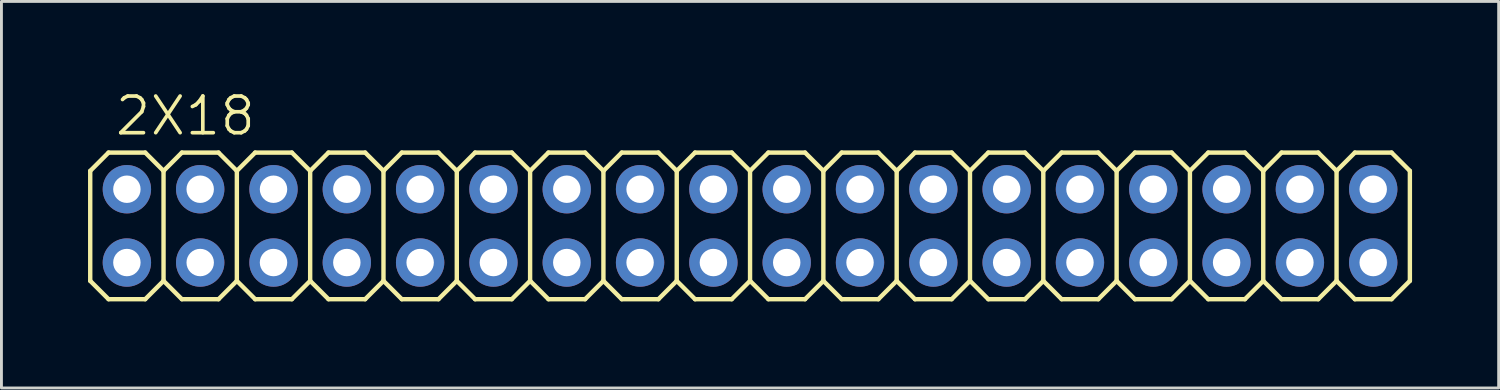
<source format=kicad_pcb>
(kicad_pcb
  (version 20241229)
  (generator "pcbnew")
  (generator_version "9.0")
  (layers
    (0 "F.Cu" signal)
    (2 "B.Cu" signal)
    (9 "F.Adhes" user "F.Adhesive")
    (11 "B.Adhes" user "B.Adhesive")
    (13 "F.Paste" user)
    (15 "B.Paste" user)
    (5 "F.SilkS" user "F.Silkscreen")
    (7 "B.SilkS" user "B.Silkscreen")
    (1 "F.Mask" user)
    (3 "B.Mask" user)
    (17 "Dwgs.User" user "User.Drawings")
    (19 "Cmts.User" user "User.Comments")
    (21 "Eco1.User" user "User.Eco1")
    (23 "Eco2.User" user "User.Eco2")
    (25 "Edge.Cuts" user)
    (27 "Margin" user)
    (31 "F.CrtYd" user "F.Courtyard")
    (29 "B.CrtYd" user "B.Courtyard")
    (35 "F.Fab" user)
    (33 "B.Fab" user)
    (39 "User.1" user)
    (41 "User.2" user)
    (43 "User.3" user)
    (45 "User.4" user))
  (footprint "2X18"
    (layer "F.Cu")
    (at 22.936 4.776)
    (property "Reference" "2X18" (at -19.564 -3.81 0) (layer "F.SilkS") (effects (font (size 1.27 1.27) (thickness 0.127))))
    (attr through_hole)
    (fp_line (start -22.86 -1.905) (end -22.225 -2.54) (stroke (width 0.152) (type solid)) (layer "F.SilkS"))
    (fp_line (start -22.86 1.905) (end -22.86 -1.905) (stroke (width 0.152) (type solid)) (layer "F.SilkS"))
    (fp_line (start -22.86 1.905) (end -22.225 2.54) (stroke (width 0.152) (type solid)) (layer "F.SilkS"))
    (fp_line (start -22.225 -2.54) (end -20.955 -2.54) (stroke (width 0.152) (type solid)) (layer "F.SilkS"))
    (fp_line (start -22.225 2.54) (end -20.955 2.54) (stroke (width 0.152) (type solid)) (layer "F.SilkS"))
    (fp_line (start -20.955 -2.54) (end -20.32 -1.905) (stroke (width 0.152) (type solid)) (layer "F.SilkS"))
    (fp_line (start -20.955 2.54) (end -20.32 1.905) (stroke (width 0.152) (type solid)) (layer "F.SilkS"))
    (fp_line (start -20.32 -1.905) (end -20.32 1.905) (stroke (width 0.152) (type solid)) (layer "F.SilkS"))
    (fp_line (start -20.32 -1.905) (end -19.685 -2.54) (stroke (width 0.152) (type solid)) (layer "F.SilkS"))
    (fp_line (start -20.32 1.905) (end -19.685 2.54) (stroke (width 0.152) (type solid)) (layer "F.SilkS"))
    (fp_line (start -19.685 -2.54) (end -18.415 -2.54) (stroke (width 0.152) (type solid)) (layer "F.SilkS"))
    (fp_line (start -19.685 2.54) (end -18.415 2.54) (stroke (width 0.152) (type solid)) (layer "F.SilkS"))
    (fp_line (start -18.415 -2.54) (end -17.78 -1.905) (stroke (width 0.152) (type solid)) (layer "F.SilkS"))
    (fp_line (start -18.415 2.54) (end -17.78 1.905) (stroke (width 0.152) (type solid)) (layer "F.SilkS"))
    (fp_line (start -17.78 -1.905) (end -17.78 1.905) (stroke (width 0.152) (type solid)) (layer "F.SilkS"))
    (fp_line (start -17.78 -1.905) (end -17.145 -2.54) (stroke (width 0.152) (type solid)) (layer "F.SilkS"))
    (fp_line (start -17.78 1.905) (end -17.145 2.54) (stroke (width 0.152) (type solid)) (layer "F.SilkS"))
    (fp_line (start -17.145 -2.54) (end -15.875 -2.54) (stroke (width 0.152) (type solid)) (layer "F.SilkS"))
    (fp_line (start -17.145 2.54) (end -15.875 2.54) (stroke (width 0.152) (type solid)) (layer "F.SilkS"))
    (fp_line (start -15.875 -2.54) (end -15.24 -1.905) (stroke (width 0.152) (type solid)) (layer "F.SilkS"))
    (fp_line (start -15.875 2.54) (end -15.24 1.905) (stroke (width 0.152) (type solid)) (layer "F.SilkS"))
    (fp_line (start -15.24 -1.905) (end -15.24 1.905) (stroke (width 0.152) (type solid)) (layer "F.SilkS"))
    (fp_line (start -15.24 -1.905) (end -14.605 -2.54) (stroke (width 0.152) (type solid)) (layer "F.SilkS"))
    (fp_line (start -15.24 1.905) (end -14.605 2.54) (stroke (width 0.152) (type solid)) (layer "F.SilkS"))
    (fp_line (start -14.605 -2.54) (end -13.335 -2.54) (stroke (width 0.152) (type solid)) (layer "F.SilkS"))
    (fp_line (start -14.605 2.54) (end -13.335 2.54) (stroke (width 0.152) (type solid)) (layer "F.SilkS"))
    (fp_line (start -13.335 -2.54) (end -12.7 -1.905) (stroke (width 0.152) (type solid)) (layer "F.SilkS"))
    (fp_line (start -13.335 2.54) (end -12.7 1.905) (stroke (width 0.152) (type solid)) (layer "F.SilkS"))
    (fp_line (start -12.7 -1.905) (end -12.7 1.905) (stroke (width 0.152) (type solid)) (layer "F.SilkS"))
    (fp_line (start -12.7 -1.905) (end -12.065 -2.54) (stroke (width 0.152) (type solid)) (layer "F.SilkS"))
    (fp_line (start -12.7 1.905) (end -12.065 2.54) (stroke (width 0.152) (type solid)) (layer "F.SilkS"))
    (fp_line (start -12.065 -2.54) (end -10.795 -2.54) (stroke (width 0.152) (type solid)) (layer "F.SilkS"))
    (fp_line (start -12.065 2.54) (end -10.795 2.54) (stroke (width 0.152) (type solid)) (layer "F.SilkS"))
    (fp_line (start -10.795 -2.54) (end -10.16 -1.905) (stroke (width 0.152) (type solid)) (layer "F.SilkS"))
    (fp_line (start -10.795 2.54) (end -10.16 1.905) (stroke (width 0.152) (type solid)) (layer "F.SilkS"))
    (fp_line (start -10.16 -1.905) (end -10.16 1.905) (stroke (width 0.152) (type solid)) (layer "F.SilkS"))
    (fp_line (start -10.16 -1.905) (end -9.525 -2.54) (stroke (width 0.152) (type solid)) (layer "F.SilkS"))
    (fp_line (start -10.16 1.905) (end -9.525 2.54) (stroke (width 0.152) (type solid)) (layer "F.SilkS"))
    (fp_line (start -9.525 -2.54) (end -8.255 -2.54) (stroke (width 0.152) (type solid)) (layer "F.SilkS"))
    (fp_line (start -9.525 2.54) (end -8.255 2.54) (stroke (width 0.152) (type solid)) (layer "F.SilkS"))
    (fp_line (start -8.255 -2.54) (end -7.62 -1.905) (stroke (width 0.152) (type solid)) (layer "F.SilkS"))
    (fp_line (start -8.255 2.54) (end -7.62 1.905) (stroke (width 0.152) (type solid)) (layer "F.SilkS"))
    (fp_line (start -7.62 -1.905) (end -7.62 1.905) (stroke (width 0.152) (type solid)) (layer "F.SilkS"))
    (fp_line (start -7.62 -1.905) (end -6.985 -2.54) (stroke (width 0.152) (type solid)) (layer "F.SilkS"))
    (fp_line (start -7.62 1.905) (end -6.985 2.54) (stroke (width 0.152) (type solid)) (layer "F.SilkS"))
    (fp_line (start -6.985 -2.54) (end -5.715 -2.54) (stroke (width 0.152) (type solid)) (layer "F.SilkS"))
    (fp_line (start -5.715 -2.54) (end -5.08 -1.905) (stroke (width 0.152) (type solid)) (layer "F.SilkS"))
    (fp_line (start -5.715 2.54) (end -6.985 2.54) (stroke (width 0.152) (type solid)) (layer "F.SilkS"))
    (fp_line (start -5.08 -1.905) (end -5.08 1.905) (stroke (width 0.152) (type solid)) (layer "F.SilkS"))
    (fp_line (start -5.08 -1.905) (end -4.445 -2.54) (stroke (width 0.152) (type solid)) (layer "F.SilkS"))
    (fp_line (start -5.08 1.905) (end -5.715 2.54) (stroke (width 0.152) (type solid)) (layer "F.SilkS"))
    (fp_line (start -5.08 1.905) (end -4.445 2.54) (stroke (width 0.152) (type solid)) (layer "F.SilkS"))
    (fp_line (start -4.445 -2.54) (end -3.175 -2.54) (stroke (width 0.152) (type solid)) (layer "F.SilkS"))
    (fp_line (start -3.175 -2.54) (end -2.54 -1.905) (stroke (width 0.152) (type solid)) (layer "F.SilkS"))
    (fp_line (start -3.175 2.54) (end -4.445 2.54) (stroke (width 0.152) (type solid)) (layer "F.SilkS"))
    (fp_line (start -2.54 -1.905) (end -2.54 1.905) (stroke (width 0.152) (type solid)) (layer "F.SilkS"))
    (fp_line (start -2.54 -1.905) (end -1.905 -2.54) (stroke (width 0.152) (type solid)) (layer "F.SilkS"))
    (fp_line (start -2.54 1.905) (end -3.175 2.54) (stroke (width 0.152) (type solid)) (layer "F.SilkS"))
    (fp_line (start -2.54 1.905) (end -1.905 2.54) (stroke (width 0.152) (type solid)) (layer "F.SilkS"))
    (fp_line (start -1.905 -2.54) (end -0.635 -2.54) (stroke (width 0.152) (type solid)) (layer "F.SilkS"))
    (fp_line (start -0.635 -2.54) (end 0 -1.905) (stroke (width 0.152) (type solid)) (layer "F.SilkS"))
    (fp_line (start -0.635 2.54) (end -1.905 2.54) (stroke (width 0.152) (type solid)) (layer "F.SilkS"))
    (fp_line (start 0 -1.905) (end 0 1.905) (stroke (width 0.152) (type solid)) (layer "F.SilkS"))
    (fp_line (start 0 -1.905) (end 0.635 -2.54) (stroke (width 0.152) (type solid)) (layer "F.SilkS"))
    (fp_line (start 0 1.905) (end -0.635 2.54) (stroke (width 0.152) (type solid)) (layer "F.SilkS"))
    (fp_line (start 0 1.905) (end 0.635 2.54) (stroke (width 0.152) (type solid)) (layer "F.SilkS"))
    (fp_line (start 0.635 -2.54) (end 1.905 -2.54) (stroke (width 0.152) (type solid)) (layer "F.SilkS"))
    (fp_line (start 1.905 -2.54) (end 2.54 -1.905) (stroke (width 0.152) (type solid)) (layer "F.SilkS"))
    (fp_line (start 1.905 2.54) (end 0.635 2.54) (stroke (width 0.152) (type solid)) (layer "F.SilkS"))
    (fp_line (start 2.54 -1.905) (end 2.54 1.905) (stroke (width 0.152) (type solid)) (layer "F.SilkS"))
    (fp_line (start 2.54 -1.905) (end 3.175 -2.54) (stroke (width 0.152) (type solid)) (layer "F.SilkS"))
    (fp_line (start 2.54 1.905) (end 1.905 2.54) (stroke (width 0.152) (type solid)) (layer "F.SilkS"))
    (fp_line (start 2.54 1.905) (end 3.175 2.54) (stroke (width 0.152) (type solid)) (layer "F.SilkS"))
    (fp_line (start 3.175 -2.54) (end 4.445 -2.54) (stroke (width 0.152) (type solid)) (layer "F.SilkS"))
    (fp_line (start 4.445 -2.54) (end 5.08 -1.905) (stroke (width 0.152) (type solid)) (layer "F.SilkS"))
    (fp_line (start 4.445 2.54) (end 3.175 2.54) (stroke (width 0.152) (type solid)) (layer "F.SilkS"))
    (fp_line (start 5.08 -1.905) (end 5.08 1.905) (stroke (width 0.152) (type solid)) (layer "F.SilkS"))
    (fp_line (start 5.08 -1.905) (end 5.715 -2.54) (stroke (width 0.152) (type solid)) (layer "F.SilkS"))
    (fp_line (start 5.08 1.905) (end 4.445 2.54) (stroke (width 0.152) (type solid)) (layer "F.SilkS"))
    (fp_line (start 5.08 1.905) (end 5.715 2.54) (stroke (width 0.152) (type solid)) (layer "F.SilkS"))
    (fp_line (start 5.715 -2.54) (end 6.985 -2.54) (stroke (width 0.152) (type solid)) (layer "F.SilkS"))
    (fp_line (start 6.985 2.54) (end 5.715 2.54) (stroke (width 0.152) (type solid)) (layer "F.SilkS"))
    (fp_line (start 7.62 -1.905) (end 6.985 -2.54) (stroke (width 0.152) (type solid)) (layer "F.SilkS"))
    (fp_line (start 7.62 -1.905) (end 7.62 1.905) (stroke (width 0.152) (type solid)) (layer "F.SilkS"))
    (fp_line (start 7.62 -1.905) (end 8.255 -2.54) (stroke (width 0.152) (type solid)) (layer "F.SilkS"))
    (fp_line (start 7.62 1.905) (end 6.985 2.54) (stroke (width 0.152) (type solid)) (layer "F.SilkS"))
    (fp_line (start 7.62 1.905) (end 8.255 2.54) (stroke (width 0.152) (type solid)) (layer "F.SilkS"))
    (fp_line (start 9.525 -2.54) (end 8.255 -2.54) (stroke (width 0.152) (type solid)) (layer "F.SilkS"))
    (fp_line (start 9.525 -2.54) (end 10.16 -1.905) (stroke (width 0.152) (type solid)) (layer "F.SilkS"))
    (fp_line (start 9.525 2.54) (end 8.255 2.54) (stroke (width 0.152) (type solid)) (layer "F.SilkS"))
    (fp_line (start 10.16 -1.905) (end 10.16 1.905) (stroke (width 0.152) (type solid)) (layer "F.SilkS"))
    (fp_line (start 10.16 -1.905) (end 10.795 -2.54) (stroke (width 0.152) (type solid)) (layer "F.SilkS"))
    (fp_line (start 10.16 1.905) (end 9.525 2.54) (stroke (width 0.152) (type solid)) (layer "F.SilkS"))
    (fp_line (start 10.16 1.905) (end 10.795 2.54) (stroke (width 0.152) (type solid)) (layer "F.SilkS"))
    (fp_line (start 12.065 -2.54) (end 10.795 -2.54) (stroke (width 0.152) (type solid)) (layer "F.SilkS"))
    (fp_line (start 12.065 -2.54) (end 12.7 -1.905) (stroke (width 0.152) (type solid)) (layer "F.SilkS"))
    (fp_line (start 12.065 2.54) (end 10.795 2.54) (stroke (width 0.152) (type solid)) (layer "F.SilkS"))
    (fp_line (start 12.7 -1.905) (end 12.7 1.905) (stroke (width 0.152) (type solid)) (layer "F.SilkS"))
    (fp_line (start 12.7 -1.905) (end 13.335 -2.54) (stroke (width 0.152) (type solid)) (layer "F.SilkS"))
    (fp_line (start 12.7 1.905) (end 12.065 2.54) (stroke (width 0.152) (type solid)) (layer "F.SilkS"))
    (fp_line (start 13.335 2.54) (end 12.7 1.905) (stroke (width 0.152) (type solid)) (layer "F.SilkS"))
    (fp_line (start 13.335 2.54) (end 14.605 2.54) (stroke (width 0.152) (type solid)) (layer "F.SilkS"))
    (fp_line (start 14.605 -2.54) (end 13.335 -2.54) (stroke (width 0.152) (type solid)) (layer "F.SilkS"))
    (fp_line (start 14.605 -2.54) (end 15.24 -1.905) (stroke (width 0.152) (type solid)) (layer "F.SilkS"))
    (fp_line (start 15.24 -1.905) (end 15.24 1.905) (stroke (width 0.152) (type solid)) (layer "F.SilkS"))
    (fp_line (start 15.24 -1.905) (end 15.875 -2.54) (stroke (width 0.152) (type solid)) (layer "F.SilkS"))
    (fp_line (start 15.24 1.905) (end 14.605 2.54) (stroke (width 0.152) (type solid)) (layer "F.SilkS"))
    (fp_line (start 15.875 2.54) (end 15.24 1.905) (stroke (width 0.152) (type solid)) (layer "F.SilkS"))
    (fp_line (start 15.875 2.54) (end 17.145 2.54) (stroke (width 0.152) (type solid)) (layer "F.SilkS"))
    (fp_line (start 17.145 -2.54) (end 15.875 -2.54) (stroke (width 0.152) (type solid)) (layer "F.SilkS"))
    (fp_line (start 17.145 -2.54) (end 17.78 -1.905) (stroke (width 0.152) (type solid)) (layer "F.SilkS"))
    (fp_line (start 17.78 -1.905) (end 17.78 1.905) (stroke (width 0.152) (type solid)) (layer "F.SilkS"))
    (fp_line (start 17.78 -1.905) (end 18.415 -2.54) (stroke (width 0.152) (type solid)) (layer "F.SilkS"))
    (fp_line (start 17.78 1.905) (end 17.145 2.54) (stroke (width 0.152) (type solid)) (layer "F.SilkS"))
    (fp_line (start 17.78 1.905) (end 18.415 2.54) (stroke (width 0.152) (type solid)) (layer "F.SilkS"))
    (fp_line (start 19.685 -2.54) (end 18.415 -2.54) (stroke (width 0.152) (type solid)) (layer "F.SilkS"))
    (fp_line (start 19.685 -2.54) (end 20.32 -1.905) (stroke (width 0.152) (type solid)) (layer "F.SilkS"))
    (fp_line (start 19.685 2.54) (end 18.415 2.54) (stroke (width 0.152) (type solid)) (layer "F.SilkS"))
    (fp_line (start 20.32 -1.905) (end 20.32 1.905) (stroke (width 0.152) (type solid)) (layer "F.SilkS"))
    (fp_line (start 20.32 -1.905) (end 20.955 -2.54) (stroke (width 0.152) (type solid)) (layer "F.SilkS"))
    (fp_line (start 20.32 1.905) (end 19.685 2.54) (stroke (width 0.152) (type solid)) (layer "F.SilkS"))
    (fp_line (start 20.32 1.905) (end 20.955 2.54) (stroke (width 0.152) (type solid)) (layer "F.SilkS"))
    (fp_line (start 22.225 -2.54) (end 20.955 -2.54) (stroke (width 0.152) (type solid)) (layer "F.SilkS"))
    (fp_line (start 22.225 -2.54) (end 22.86 -1.905) (stroke (width 0.152) (type solid)) (layer "F.SilkS"))
    (fp_line (start 22.225 2.54) (end 20.955 2.54) (stroke (width 0.152) (type solid)) (layer "F.SilkS"))
    (fp_line (start 22.86 -1.905) (end 22.86 1.905) (stroke (width 0.152) (type solid)) (layer "F.SilkS"))
    (fp_line (start 22.86 1.905) (end 22.225 2.54) (stroke (width 0.152) (type solid)) (layer "F.SilkS"))
    (fp_poly (pts (xy -21.844 -1.524) (xy -21.336 -1.524) (xy -21.336 -1.016) (xy -21.844 -1.016)) (stroke (width 0.1) (type solid)) (fill no) (layer "F.Fab"))
    (fp_poly (pts (xy -21.844 1.016) (xy -21.336 1.016) (xy -21.336 1.524) (xy -21.844 1.524)) (stroke (width 0.1) (type solid)) (fill no) (layer "F.Fab"))
    (fp_poly (pts (xy -19.304 -1.524) (xy -18.796 -1.524) (xy -18.796 -1.016) (xy -19.304 -1.016)) (stroke (width 0.1) (type solid)) (fill no) (layer "F.Fab"))
    (fp_poly (pts (xy -19.304 1.016) (xy -18.796 1.016) (xy -18.796 1.524) (xy -19.304 1.524)) (stroke (width 0.1) (type solid)) (fill no) (layer "F.Fab"))
    (fp_poly (pts (xy -16.764 -1.524) (xy -16.256 -1.524) (xy -16.256 -1.016) (xy -16.764 -1.016)) (stroke (width 0.1) (type solid)) (fill no) (layer "F.Fab"))
    (fp_poly (pts (xy -16.764 1.016) (xy -16.256 1.016) (xy -16.256 1.524) (xy -16.764 1.524)) (stroke (width 0.1) (type solid)) (fill no) (layer "F.Fab"))
    (fp_poly (pts (xy -14.224 -1.524) (xy -13.716 -1.524) (xy -13.716 -1.016) (xy -14.224 -1.016)) (stroke (width 0.1) (type solid)) (fill no) (layer "F.Fab"))
    (fp_poly (pts (xy -14.224 1.016) (xy -13.716 1.016) (xy -13.716 1.524) (xy -14.224 1.524)) (stroke (width 0.1) (type solid)) (fill no) (layer "F.Fab"))
    (fp_poly (pts (xy -11.684 -1.524) (xy -11.176 -1.524) (xy -11.176 -1.016) (xy -11.684 -1.016)) (stroke (width 0.1) (type solid)) (fill no) (layer "F.Fab"))
    (fp_poly (pts (xy -11.684 1.016) (xy -11.176 1.016) (xy -11.176 1.524) (xy -11.684 1.524)) (stroke (width 0.1) (type solid)) (fill no) (layer "F.Fab"))
    (fp_poly (pts (xy -9.144 -1.524) (xy -8.636 -1.524) (xy -8.636 -1.016) (xy -9.144 -1.016)) (stroke (width 0.1) (type solid)) (fill no) (layer "F.Fab"))
    (fp_poly (pts (xy -9.144 1.016) (xy -8.636 1.016) (xy -8.636 1.524) (xy -9.144 1.524)) (stroke (width 0.1) (type solid)) (fill no) (layer "F.Fab"))
    (fp_poly (pts (xy -6.604 -1.524) (xy -6.096 -1.524) (xy -6.096 -1.016) (xy -6.604 -1.016)) (stroke (width 0.1) (type solid)) (fill no) (layer "F.Fab"))
    (fp_poly (pts (xy -6.604 1.016) (xy -6.096 1.016) (xy -6.096 1.524) (xy -6.604 1.524)) (stroke (width 0.1) (type solid)) (fill no) (layer "F.Fab"))
    (fp_poly (pts (xy -4.064 -1.524) (xy -3.556 -1.524) (xy -3.556 -1.016) (xy -4.064 -1.016)) (stroke (width 0.1) (type solid)) (fill no) (layer "F.Fab"))
    (fp_poly (pts (xy -4.064 1.016) (xy -3.556 1.016) (xy -3.556 1.524) (xy -4.064 1.524)) (stroke (width 0.1) (type solid)) (fill no) (layer "F.Fab"))
    (fp_poly (pts (xy -1.524 -1.524) (xy -1.016 -1.524) (xy -1.016 -1.016) (xy -1.524 -1.016)) (stroke (width 0.1) (type solid)) (fill no) (layer "F.Fab"))
    (fp_poly (pts (xy -1.524 1.016) (xy -1.016 1.016) (xy -1.016 1.524) (xy -1.524 1.524)) (stroke (width 0.1) (type solid)) (fill no) (layer "F.Fab"))
    (fp_poly (pts (xy 1.016 -1.524) (xy 1.524 -1.524) (xy 1.524 -1.016) (xy 1.016 -1.016)) (stroke (width 0.1) (type solid)) (fill no) (layer "F.Fab"))
    (fp_poly (pts (xy 1.016 1.016) (xy 1.524 1.016) (xy 1.524 1.524) (xy 1.016 1.524)) (stroke (width 0.1) (type solid)) (fill no) (layer "F.Fab"))
    (fp_poly (pts (xy 3.556 -1.524) (xy 4.064 -1.524) (xy 4.064 -1.016) (xy 3.556 -1.016)) (stroke (width 0.1) (type solid)) (fill no) (layer "F.Fab"))
    (fp_poly (pts (xy 3.556 1.016) (xy 4.064 1.016) (xy 4.064 1.524) (xy 3.556 1.524)) (stroke (width 0.1) (type solid)) (fill no) (layer "F.Fab"))
    (fp_poly (pts (xy 6.096 -1.524) (xy 6.604 -1.524) (xy 6.604 -1.016) (xy 6.096 -1.016)) (stroke (width 0.1) (type solid)) (fill no) (layer "F.Fab"))
    (fp_poly (pts (xy 6.096 1.016) (xy 6.604 1.016) (xy 6.604 1.524) (xy 6.096 1.524)) (stroke (width 0.1) (type solid)) (fill no) (layer "F.Fab"))
    (fp_poly (pts (xy 8.636 -1.524) (xy 9.144 -1.524) (xy 9.144 -1.016) (xy 8.636 -1.016)) (stroke (width 0.1) (type solid)) (fill no) (layer "F.Fab"))
    (fp_poly (pts (xy 8.636 1.016) (xy 9.144 1.016) (xy 9.144 1.524) (xy 8.636 1.524)) (stroke (width 0.1) (type solid)) (fill no) (layer "F.Fab"))
    (fp_poly (pts (xy 11.176 -1.524) (xy 11.684 -1.524) (xy 11.684 -1.016) (xy 11.176 -1.016)) (stroke (width 0.1) (type solid)) (fill no) (layer "F.Fab"))
    (fp_poly (pts (xy 11.176 1.016) (xy 11.684 1.016) (xy 11.684 1.524) (xy 11.176 1.524)) (stroke (width 0.1) (type solid)) (fill no) (layer "F.Fab"))
    (fp_poly (pts (xy 13.716 -1.524) (xy 14.224 -1.524) (xy 14.224 -1.016) (xy 13.716 -1.016)) (stroke (width 0.1) (type solid)) (fill no) (layer "F.Fab"))
    (fp_poly (pts (xy 13.716 1.016) (xy 14.224 1.016) (xy 14.224 1.524) (xy 13.716 1.524)) (stroke (width 0.1) (type solid)) (fill no) (layer "F.Fab"))
    (fp_poly (pts (xy 16.256 -1.524) (xy 16.764 -1.524) (xy 16.764 -1.016) (xy 16.256 -1.016)) (stroke (width 0.1) (type solid)) (fill no) (layer "F.Fab"))
    (fp_poly (pts (xy 16.256 1.016) (xy 16.764 1.016) (xy 16.764 1.524) (xy 16.256 1.524)) (stroke (width 0.1) (type solid)) (fill no) (layer "F.Fab"))
    (fp_poly (pts (xy 18.796 -1.524) (xy 19.304 -1.524) (xy 19.304 -1.016) (xy 18.796 -1.016)) (stroke (width 0.1) (type solid)) (fill no) (layer "F.Fab"))
    (fp_poly (pts (xy 18.796 1.016) (xy 19.304 1.016) (xy 19.304 1.524) (xy 18.796 1.524)) (stroke (width 0.1) (type solid)) (fill no) (layer "F.Fab"))
    (fp_poly (pts (xy 21.336 -1.524) (xy 21.844 -1.524) (xy 21.844 -1.016) (xy 21.336 -1.016)) (stroke (width 0.1) (type solid)) (fill no) (layer "F.Fab"))
    (fp_poly (pts (xy 21.336 1.016) (xy 21.844 1.016) (xy 21.844 1.524) (xy 21.336 1.524)) (stroke (width 0.1) (type solid)) (fill no) (layer "F.Fab"))
    (pad "1" thru_hole circle (at -21.59 1.27) (size 1.676 1.676) (drill 0.95) (layers "*.Cu" "*.Mask"))
    (pad "2" thru_hole circle (at -21.59 -1.27) (size 1.676 1.676) (drill 0.95) (layers "*.Cu" "*.Mask"))
    (pad "3" thru_hole circle (at -19.05 1.27) (size 1.676 1.676) (drill 0.95) (layers "*.Cu" "*.Mask"))
    (pad "4" thru_hole circle (at -19.05 -1.27) (size 1.676 1.676) (drill 0.95) (layers "*.Cu" "*.Mask"))
    (pad "5" thru_hole circle (at -16.51 1.27) (size 1.676 1.676) (drill 0.95) (layers "*.Cu" "*.Mask"))
    (pad "6" thru_hole circle (at -16.51 -1.27) (size 1.676 1.676) (drill 0.95) (layers "*.Cu" "*.Mask"))
    (pad "7" thru_hole circle (at -13.97 1.27) (size 1.676 1.676) (drill 0.95) (layers "*.Cu" "*.Mask"))
    (pad "8" thru_hole circle (at -13.97 -1.27) (size 1.676 1.676) (drill 0.95) (layers "*.Cu" "*.Mask"))
    (pad "9" thru_hole circle (at -11.43 1.27) (size 1.676 1.676) (drill 0.95) (layers "*.Cu" "*.Mask"))
    (pad "10" thru_hole circle (at -11.43 -1.27) (size 1.676 1.676) (drill 0.95) (layers "*.Cu" "*.Mask"))
    (pad "11" thru_hole circle (at -8.89 1.27) (size 1.676 1.676) (drill 0.95) (layers "*.Cu" "*.Mask"))
    (pad "12" thru_hole circle (at -8.89 -1.27) (size 1.676 1.676) (drill 0.95) (layers "*.Cu" "*.Mask"))
    (pad "13" thru_hole circle (at -6.35 1.27) (size 1.676 1.676) (drill 0.95) (layers "*.Cu" "*.Mask"))
    (pad "14" thru_hole circle (at -6.35 -1.27) (size 1.676 1.676) (drill 0.95) (layers "*.Cu" "*.Mask"))
    (pad "15" thru_hole circle (at -3.81 1.27) (size 1.676 1.676) (drill 0.95) (layers "*.Cu" "*.Mask"))
    (pad "16" thru_hole circle (at -3.81 -1.27) (size 1.676 1.676) (drill 0.95) (layers "*.Cu" "*.Mask"))
    (pad "17" thru_hole circle (at -1.27 1.27) (size 1.676 1.676) (drill 0.95) (layers "*.Cu" "*.Mask"))
    (pad "18" thru_hole circle (at -1.27 -1.27) (size 1.676 1.676) (drill 0.95) (layers "*.Cu" "*.Mask"))
    (pad "19" thru_hole circle (at 1.27 1.27) (size 1.676 1.676) (drill 0.95) (layers "*.Cu" "*.Mask"))
    (pad "20" thru_hole circle (at 1.27 -1.27) (size 1.676 1.676) (drill 0.95) (layers "*.Cu" "*.Mask"))
    (pad "21" thru_hole circle (at 3.81 1.27) (size 1.676 1.676) (drill 0.95) (layers "*.Cu" "*.Mask"))
    (pad "22" thru_hole circle (at 3.81 -1.27) (size 1.676 1.676) (drill 0.95) (layers "*.Cu" "*.Mask"))
    (pad "23" thru_hole circle (at 6.35 1.27) (size 1.676 1.676) (drill 0.95) (layers "*.Cu" "*.Mask"))
    (pad "24" thru_hole circle (at 6.35 -1.27) (size 1.676 1.676) (drill 0.95) (layers "*.Cu" "*.Mask"))
    (pad "25" thru_hole circle (at 8.89 1.27) (size 1.676 1.676) (drill 0.95) (layers "*.Cu" "*.Mask"))
    (pad "26" thru_hole circle (at 8.89 -1.27) (size 1.676 1.676) (drill 0.95) (layers "*.Cu" "*.Mask"))
    (pad "27" thru_hole circle (at 11.43 1.27) (size 1.676 1.676) (drill 0.95) (layers "*.Cu" "*.Mask"))
    (pad "28" thru_hole circle (at 11.43 -1.27) (size 1.676 1.676) (drill 0.95) (layers "*.Cu" "*.Mask"))
    (pad "29" thru_hole circle (at 13.97 1.27) (size 1.676 1.676) (drill 0.95) (layers "*.Cu" "*.Mask"))
    (pad "30" thru_hole circle (at 13.97 -1.27) (size 1.676 1.676) (drill 0.95) (layers "*.Cu" "*.Mask"))
    (pad "31" thru_hole circle (at 16.51 1.27) (size 1.676 1.676) (drill 0.95) (layers "*.Cu" "*.Mask"))
    (pad "32" thru_hole circle (at 16.51 -1.27) (size 1.676 1.676) (drill 0.95) (layers "*.Cu" "*.Mask"))
    (pad "33" thru_hole circle (at 19.05 1.27) (size 1.676 1.676) (drill 0.95) (layers "*.Cu" "*.Mask"))
    (pad "34" thru_hole circle (at 19.05 -1.27) (size 1.676 1.676) (drill 0.95) (layers "*.Cu" "*.Mask"))
    (pad "35" thru_hole circle (at 21.59 1.27) (size 1.676 1.676) (drill 0.95) (layers "*.Cu" "*.Mask"))
    (pad "36" thru_hole circle (at 21.59 -1.27) (size 1.676 1.676) (drill 0.95) (layers "*.Cu" "*.Mask")))
  (gr_rect
    (start -3 -3)
    (end 48.872 10.392)
    (stroke (width 0.1) (type default))
    (fill no)
    (layer "Edge.Cuts")))
</source>
